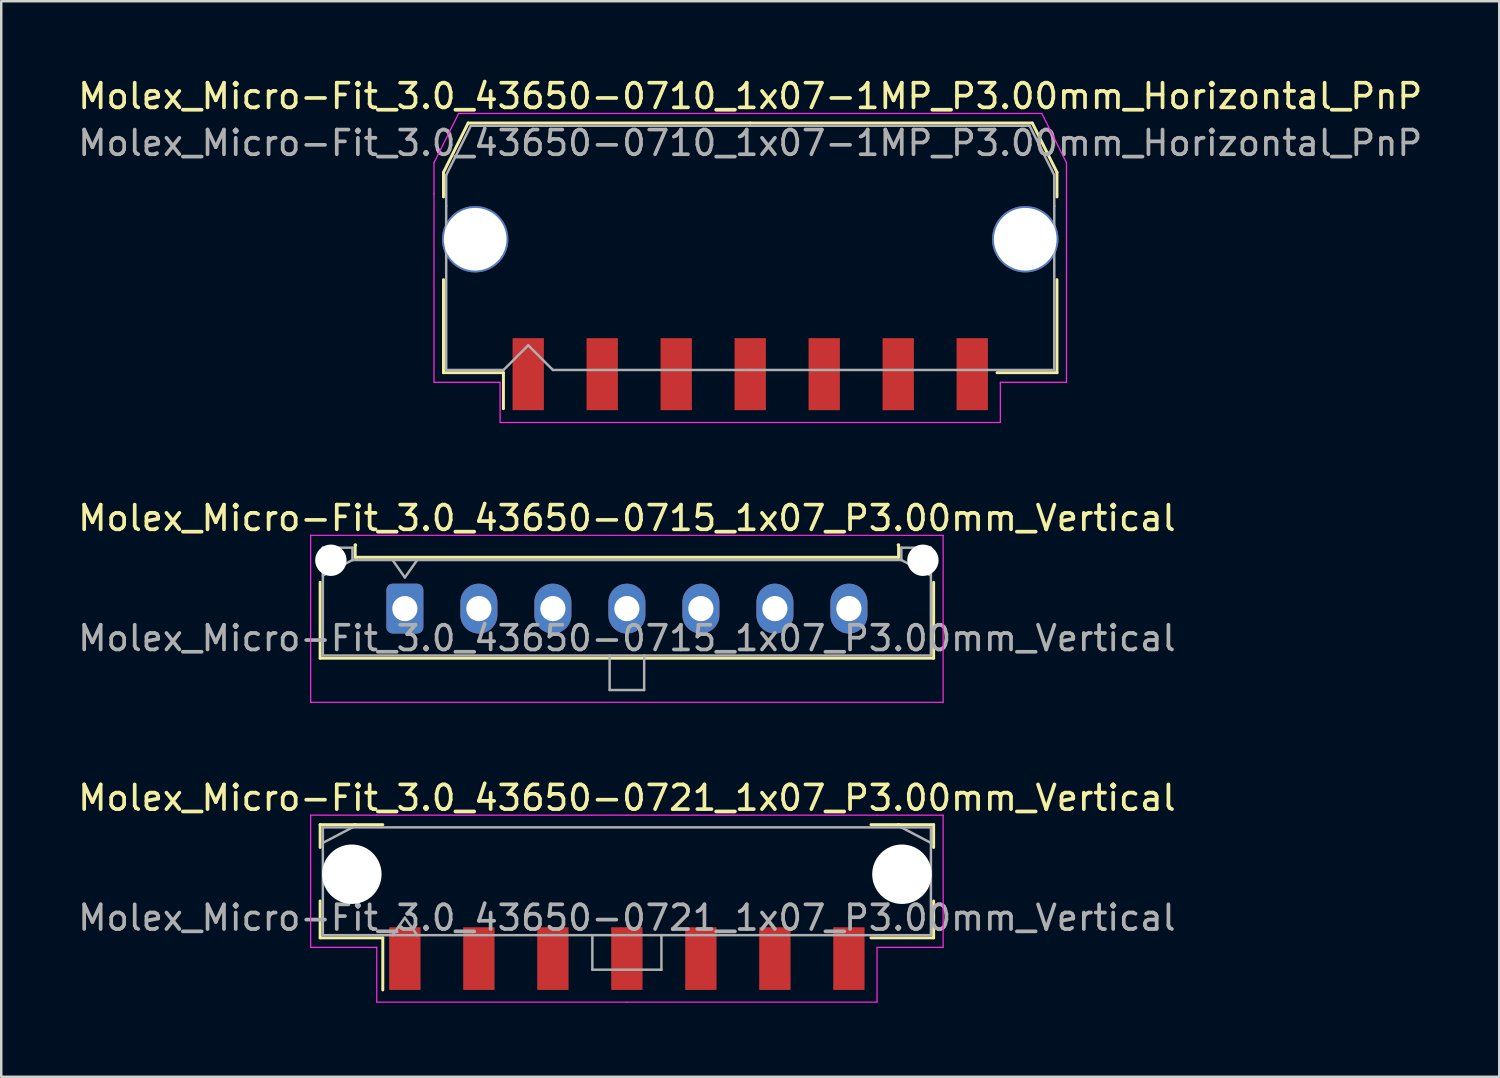
<source format=kicad_pcb>
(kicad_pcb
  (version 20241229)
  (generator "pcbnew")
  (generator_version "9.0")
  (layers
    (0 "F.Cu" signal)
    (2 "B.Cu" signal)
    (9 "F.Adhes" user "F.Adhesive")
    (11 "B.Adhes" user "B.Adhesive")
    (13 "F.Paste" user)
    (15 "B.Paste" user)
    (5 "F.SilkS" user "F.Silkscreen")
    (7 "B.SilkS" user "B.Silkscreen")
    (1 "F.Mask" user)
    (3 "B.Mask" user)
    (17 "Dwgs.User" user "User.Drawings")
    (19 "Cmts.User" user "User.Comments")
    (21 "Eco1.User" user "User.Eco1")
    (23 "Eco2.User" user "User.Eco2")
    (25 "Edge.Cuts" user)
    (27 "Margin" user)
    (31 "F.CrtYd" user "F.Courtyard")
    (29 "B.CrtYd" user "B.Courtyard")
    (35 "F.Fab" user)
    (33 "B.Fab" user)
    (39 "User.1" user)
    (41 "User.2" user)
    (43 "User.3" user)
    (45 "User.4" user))
  (footprint "Molex_Micro-Fit_3.0_43650-0715_1x07_P3.00mm_Vertical"
    (layer "F.Cu")
    (at 13.363 21.622)
    (property "Reference" "Molex_Micro-Fit_3.0_43650-0715_1x07_P3.00mm_Vertical" (at 9 -3.67 0) (layer "F.SilkS") (effects (font (size 1 1) (thickness 0.15))))
    (attr through_hole)
    (fp_line (start -3.435 -1.065) (end -3.435 2.01) (stroke (width 0.12) (type solid)) (layer "F.SilkS"))
    (fp_line (start -3.435 2.01) (end 21.435 2.01) (stroke (width 0.12) (type solid)) (layer "F.SilkS"))
    (fp_line (start -2.015 -2.58) (end -2.015 -2.08) (stroke (width 0.12) (type solid)) (layer "F.SilkS"))
    (fp_line (start -2.015 -2.08) (end 20.015 -2.08) (stroke (width 0.12) (type solid)) (layer "F.SilkS"))
    (fp_line (start -1.995 -2.58) (end -2.015 -2.58) (stroke (width 0.12) (type solid)) (layer "F.SilkS"))
    (fp_line (start 20.015 -2.58) (end 19.995 -2.58) (stroke (width 0.12) (type solid)) (layer "F.SilkS"))
    (fp_line (start 20.015 -2.08) (end 20.015 -2.58) (stroke (width 0.12) (type solid)) (layer "F.SilkS"))
    (fp_line (start 21.435 2.01) (end 21.435 -1.065) (stroke (width 0.12) (type solid)) (layer "F.SilkS"))
    (fp_line (start -3.82 -2.97) (end 21.82 -2.97) (stroke (width 0.05) (type solid)) (layer "F.CrtYd"))
    (fp_line (start -3.82 3.8) (end -3.82 -2.97) (stroke (width 0.05) (type solid)) (layer "F.CrtYd"))
    (fp_line (start 21.82 -2.97) (end 21.82 3.8) (stroke (width 0.05) (type solid)) (layer "F.CrtYd"))
    (fp_line (start 21.82 3.8) (end -3.82 3.8) (stroke (width 0.05) (type solid)) (layer "F.CrtYd"))
    (fp_line (start -3.325 -2.47) (end -3.325 1.9) (stroke (width 0.1) (type solid)) (layer "F.Fab"))
    (fp_line (start -3.325 -1.34) (end -2.125 -1.97) (stroke (width 0.1) (type solid)) (layer "F.Fab"))
    (fp_line (start -3.325 1.9) (end 21.325 1.9) (stroke (width 0.1) (type solid)) (layer "F.Fab"))
    (fp_line (start -2.125 -2.47) (end -3.325 -2.47) (stroke (width 0.1) (type solid)) (layer "F.Fab"))
    (fp_line (start -2.125 -1.97) (end -2.125 -2.47) (stroke (width 0.1) (type solid)) (layer "F.Fab"))
    (fp_line (start -0.5 -1.97) (end 0 -1.263) (stroke (width 0.1) (type solid)) (layer "F.Fab"))
    (fp_line (start 0 -1.263) (end 0.5 -1.97) (stroke (width 0.1) (type solid)) (layer "F.Fab"))
    (fp_line (start 8.3 1.9) (end 8.3 3.3) (stroke (width 0.1) (type solid)) (layer "F.Fab"))
    (fp_line (start 8.3 3.3) (end 9.7 3.3) (stroke (width 0.1) (type solid)) (layer "F.Fab"))
    (fp_line (start 9.7 3.3) (end 9.7 1.9) (stroke (width 0.1) (type solid)) (layer "F.Fab"))
    (fp_line (start 20.125 -2.47) (end 20.125 -1.97) (stroke (width 0.1) (type solid)) (layer "F.Fab"))
    (fp_line (start 20.125 -1.97) (end -2.125 -1.97) (stroke (width 0.1) (type solid)) (layer "F.Fab"))
    (fp_line (start 21.325 -2.47) (end 20.125 -2.47) (stroke (width 0.1) (type solid)) (layer "F.Fab"))
    (fp_line (start 21.325 -1.34) (end 20.125 -1.97) (stroke (width 0.1) (type solid)) (layer "F.Fab"))
    (fp_line (start 21.325 1.9) (end 21.325 -2.47) (stroke (width 0.1) (type solid)) (layer "F.Fab"))
    (fp_text user "${REFERENCE}" (at 9 1.2 0) (layer "F.Fab") (effects (font (size 1 1) (thickness 0.15))))
    (pad "" np_thru_hole circle (at -3 -1.96) (size 1.27 1.27) (drill 1.27) (layers "*.Cu" "*.Mask"))
    (pad "" np_thru_hole circle (at 21 -1.96) (size 1.27 1.27) (drill 1.27) (layers "*.Cu" "*.Mask"))
    (pad "1" thru_hole roundrect (at 0 0) (size 1.5 2.02) (drill 1.02) (layers "*.Cu" "*.Mask") (roundrect_rratio 0.167))
    (pad "2" thru_hole oval (at 3 0) (size 1.5 2.02) (drill 1.02) (layers "*.Cu" "*.Mask"))
    (pad "3" thru_hole oval (at 6 0) (size 1.5 2.02) (drill 1.02) (layers "*.Cu" "*.Mask"))
    (pad "4" thru_hole oval (at 9 0) (size 1.5 2.02) (drill 1.02) (layers "*.Cu" "*.Mask"))
    (pad "5" thru_hole oval (at 12 0) (size 1.5 2.02) (drill 1.02) (layers "*.Cu" "*.Mask"))
    (pad "6" thru_hole oval (at 15 0) (size 1.5 2.02) (drill 1.02) (layers "*.Cu" "*.Mask"))
    (pad "7" thru_hole oval (at 18 0) (size 1.5 2.02) (drill 1.02) (layers "*.Cu" "*.Mask")))
  (footprint "Molex_Micro-Fit_3.0_43650-0721_1x07_P3.00mm_Vertical"
    (layer "F.Cu")
    (at 22.363 32.675)
    (property "Reference" "Molex_Micro-Fit_3.0_43650-0721_1x07_P3.00mm_Vertical" (at 0 -3.38 0) (layer "F.SilkS") (effects (font (size 1 1) (thickness 0.15))))
    (attr smd)
    (fp_line (start -12.435 -2.295) (end -11.015 -2.295) (stroke (width 0.12) (type solid)) (layer "F.SilkS"))
    (fp_line (start -12.435 -1.37) (end -12.435 -2.295) (stroke (width 0.12) (type solid)) (layer "F.SilkS"))
    (fp_line (start -12.435 0.8) (end -12.435 2.295) (stroke (width 0.12) (type solid)) (layer "F.SilkS"))
    (fp_line (start -12.435 2.295) (end -9.895 2.295) (stroke (width 0.12) (type solid)) (layer "F.SilkS"))
    (fp_line (start -11.015 -2.295) (end -11.015 -2.295) (stroke (width 0.12) (type solid)) (layer "F.SilkS"))
    (fp_line (start -11.015 -2.295) (end -9.895 -2.295) (stroke (width 0.12) (type solid)) (layer "F.SilkS"))
    (fp_line (start -9.895 2.295) (end -9.895 4.405) (stroke (width 0.12) (type solid)) (layer "F.SilkS"))
    (fp_line (start 11.015 -2.295) (end 9.895 -2.295) (stroke (width 0.12) (type solid)) (layer "F.SilkS"))
    (fp_line (start 11.015 -2.295) (end 11.015 -2.295) (stroke (width 0.12) (type solid)) (layer "F.SilkS"))
    (fp_line (start 12.435 -2.295) (end 11.015 -2.295) (stroke (width 0.12) (type solid)) (layer "F.SilkS"))
    (fp_line (start 12.435 -1.37) (end 12.435 -2.295) (stroke (width 0.12) (type solid)) (layer "F.SilkS"))
    (fp_line (start 12.435 0.8) (end 12.435 2.295) (stroke (width 0.12) (type solid)) (layer "F.SilkS"))
    (fp_line (start 12.435 2.295) (end 9.895 2.295) (stroke (width 0.12) (type solid)) (layer "F.SilkS"))
    (fp_line (start -12.82 -2.68) (end -12.82 2.68) (stroke (width 0.05) (type solid)) (layer "F.CrtYd"))
    (fp_line (start -12.82 2.68) (end -10.14 2.68) (stroke (width 0.05) (type solid)) (layer "F.CrtYd"))
    (fp_line (start -10.14 -2.68) (end -12.82 -2.68) (stroke (width 0.05) (type solid)) (layer "F.CrtYd"))
    (fp_line (start -10.14 2.68) (end -10.14 4.9) (stroke (width 0.05) (type solid)) (layer "F.CrtYd"))
    (fp_line (start -10.14 4.9) (end 0 4.9) (stroke (width 0.05) (type solid)) (layer "F.CrtYd"))
    (fp_line (start 0 -2.68) (end -10.14 -2.68) (stroke (width 0.05) (type solid)) (layer "F.CrtYd"))
    (fp_line (start 0 -2.68) (end 10.14 -2.68) (stroke (width 0.05) (type solid)) (layer "F.CrtYd"))
    (fp_line (start 10.14 -2.68) (end 12.82 -2.68) (stroke (width 0.05) (type solid)) (layer "F.CrtYd"))
    (fp_line (start 10.14 2.68) (end 10.14 4.9) (stroke (width 0.05) (type solid)) (layer "F.CrtYd"))
    (fp_line (start 10.14 4.9) (end 0 4.9) (stroke (width 0.05) (type solid)) (layer "F.CrtYd"))
    (fp_line (start 12.82 -2.68) (end 12.82 2.68) (stroke (width 0.05) (type solid)) (layer "F.CrtYd"))
    (fp_line (start 12.82 2.68) (end 10.14 2.68) (stroke (width 0.05) (type solid)) (layer "F.CrtYd"))
    (fp_line (start -12.325 -2.185) (end -12.325 2.185) (stroke (width 0.1) (type solid)) (layer "F.Fab"))
    (fp_line (start -12.325 -1.555) (end -11.125 -2.185) (stroke (width 0.1) (type solid)) (layer "F.Fab"))
    (fp_line (start -12.325 2.185) (end 12.325 2.185) (stroke (width 0.1) (type solid)) (layer "F.Fab"))
    (fp_line (start -11.125 -2.185) (end -12.325 -2.185) (stroke (width 0.1) (type solid)) (layer "F.Fab"))
    (fp_line (start -11.125 -2.185) (end -11.125 -2.185) (stroke (width 0.1) (type solid)) (layer "F.Fab"))
    (fp_line (start -9.5 2.185) (end -9 1.478) (stroke (width 0.1) (type solid)) (layer "F.Fab"))
    (fp_line (start -9 1.478) (end -8.5 2.185) (stroke (width 0.1) (type solid)) (layer "F.Fab"))
    (fp_line (start -1.4 2.185) (end -1.4 3.585) (stroke (width 0.1) (type solid)) (layer "F.Fab"))
    (fp_line (start -1.4 3.585) (end 1.4 3.585) (stroke (width 0.1) (type solid)) (layer "F.Fab"))
    (fp_line (start 1.4 3.585) (end 1.4 2.185) (stroke (width 0.1) (type solid)) (layer "F.Fab"))
    (fp_line (start 11.125 -2.185) (end -11.125 -2.185) (stroke (width 0.1) (type solid)) (layer "F.Fab"))
    (fp_line (start 11.125 -2.185) (end 11.125 -2.185) (stroke (width 0.1) (type solid)) (layer "F.Fab"))
    (fp_line (start 12.325 -2.185) (end 11.125 -2.185) (stroke (width 0.1) (type solid)) (layer "F.Fab"))
    (fp_line (start 12.325 -1.555) (end 11.125 -2.185) (stroke (width 0.1) (type solid)) (layer "F.Fab"))
    (fp_line (start 12.325 2.185) (end 12.325 -2.185) (stroke (width 0.1) (type solid)) (layer "F.Fab"))
    (fp_text user "${REFERENCE}" (at 0 1.48 0) (layer "F.Fab") (effects (font (size 1 1) (thickness 0.15))))
    (pad "" np_thru_hole circle (at -11.15 -0.285) (size 2.41 2.41) (drill 2.41) (layers "*.Cu" "*.Mask"))
    (pad "" np_thru_hole circle (at 11.15 -0.285) (size 2.41 2.41) (drill 2.41) (layers "*.Cu" "*.Mask"))
    (pad "1" smd rect (at -9 3.135) (size 1.27 2.54) (layers "F.Cu" "F.Mask" "F.Paste"))
    (pad "2" smd rect (at -6 3.135) (size 1.27 2.54) (layers "F.Cu" "F.Mask" "F.Paste"))
    (pad "3" smd rect (at -3 3.135) (size 1.27 2.54) (layers "F.Cu" "F.Mask" "F.Paste"))
    (pad "4" smd rect (at 0 3.135) (size 1.27 2.54) (layers "F.Cu" "F.Mask" "F.Paste"))
    (pad "5" smd rect (at 3 3.135) (size 1.27 2.54) (layers "F.Cu" "F.Mask" "F.Paste"))
    (pad "6" smd rect (at 6 3.135) (size 1.27 2.54) (layers "F.Cu" "F.Mask" "F.Paste"))
    (pad "7" smd rect (at 9 3.135) (size 1.27 2.54) (layers "F.Cu" "F.Mask" "F.Paste")))
  (footprint "Molex_Micro-Fit_3.0_43650-0710_1x07-1MP_P3.00mm_Horizontal_PnP"
    (layer "F.Cu")
    (at 27.363 6.998)
    (property "Reference" "Molex_Micro-Fit_3.0_43650-0710_1x07-1MP_P3.00mm_Horizontal_PnP" (at 0 -6.15 0) (layer "F.SilkS") (effects (font (size 1 1) (thickness 0.15))))
    (attr smd)
    (fp_line (start -12.435 -3.06) (end -12.435 -2.065) (stroke (width 0.12) (type solid)) (layer "F.SilkS"))
    (fp_line (start -12.435 1.29) (end -12.435 5.06) (stroke (width 0.12) (type solid)) (layer "F.SilkS"))
    (fp_line (start -12.435 5.06) (end -10.005 5.06) (stroke (width 0.12) (type solid)) (layer "F.SilkS"))
    (fp_line (start -11.435 -5.06) (end -12.435 -3.06) (stroke (width 0.12) (type solid)) (layer "F.SilkS"))
    (fp_line (start -10.005 5.06) (end -10.005 6.52) (stroke (width 0.12) (type solid)) (layer "F.SilkS"))
    (fp_line (start 0 -5.06) (end -11.435 -5.06) (stroke (width 0.12) (type solid)) (layer "F.SilkS"))
    (fp_line (start 0 -5.06) (end 11.435 -5.06) (stroke (width 0.12) (type solid)) (layer "F.SilkS"))
    (fp_line (start 11.435 -5.06) (end 12.435 -3.06) (stroke (width 0.12) (type solid)) (layer "F.SilkS"))
    (fp_line (start 12.435 -3.06) (end 12.435 -2.065) (stroke (width 0.12) (type solid)) (layer "F.SilkS"))
    (fp_line (start 12.435 1.29) (end 12.435 5.06) (stroke (width 0.12) (type solid)) (layer "F.SilkS"))
    (fp_line (start 12.435 5.06) (end 10.005 5.06) (stroke (width 0.12) (type solid)) (layer "F.SilkS"))
    (fp_line (start -12.82 -3.45) (end -12.82 -2.19) (stroke (width 0.05) (type solid)) (layer "F.CrtYd"))
    (fp_line (start -12.82 -2.19) (end -12.82 5.45) (stroke (width 0.05) (type solid)) (layer "F.CrtYd"))
    (fp_line (start -12.82 5.45) (end -10.14 5.45) (stroke (width 0.05) (type solid)) (layer "F.CrtYd"))
    (fp_line (start -11.82 -5.45) (end -12.82 -3.45) (stroke (width 0.05) (type solid)) (layer "F.CrtYd"))
    (fp_line (start -10.14 5.45) (end -10.14 7.08) (stroke (width 0.05) (type solid)) (layer "F.CrtYd"))
    (fp_line (start -10.14 7.08) (end 0 7.08) (stroke (width 0.05) (type solid)) (layer "F.CrtYd"))
    (fp_line (start 0 -5.45) (end -11.82 -5.45) (stroke (width 0.05) (type solid)) (layer "F.CrtYd"))
    (fp_line (start 0 -5.45) (end 11.82 -5.45) (stroke (width 0.05) (type solid)) (layer "F.CrtYd"))
    (fp_line (start 10.14 5.45) (end 10.14 7.08) (stroke (width 0.05) (type solid)) (layer "F.CrtYd"))
    (fp_line (start 10.14 7.08) (end 0 7.08) (stroke (width 0.05) (type solid)) (layer "F.CrtYd"))
    (fp_line (start 11.82 -5.45) (end 12.82 -3.45) (stroke (width 0.05) (type solid)) (layer "F.CrtYd"))
    (fp_line (start 12.82 -3.45) (end 12.82 -2.19) (stroke (width 0.05) (type solid)) (layer "F.CrtYd"))
    (fp_line (start 12.82 -2.19) (end 12.82 5.45) (stroke (width 0.05) (type solid)) (layer "F.CrtYd"))
    (fp_line (start 12.82 5.45) (end 10.14 5.45) (stroke (width 0.05) (type solid)) (layer "F.CrtYd"))
    (fp_line (start -12.325 -2.95) (end -12.325 -1.695) (stroke (width 0.1) (type solid)) (layer "F.Fab"))
    (fp_line (start -12.325 -1.695) (end -12.325 4.95) (stroke (width 0.1) (type solid)) (layer "F.Fab"))
    (fp_line (start -12.325 4.95) (end -10 4.95) (stroke (width 0.1) (type solid)) (layer "F.Fab"))
    (fp_line (start -11.325 -4.95) (end -12.325 -2.95) (stroke (width 0.1) (type solid)) (layer "F.Fab"))
    (fp_line (start -10 4.95) (end -9 3.95) (stroke (width 0.1) (type solid)) (layer "F.Fab"))
    (fp_line (start -9 3.95) (end -8 4.95) (stroke (width 0.1) (type solid)) (layer "F.Fab"))
    (fp_line (start -8 4.95) (end 0 4.95) (stroke (width 0.1) (type solid)) (layer "F.Fab"))
    (fp_line (start 0 -4.95) (end -11.325 -4.95) (stroke (width 0.1) (type solid)) (layer "F.Fab"))
    (fp_line (start 0 -4.95) (end 11.325 -4.95) (stroke (width 0.1) (type solid)) (layer "F.Fab"))
    (fp_line (start 9.635 4.95) (end 0 4.95) (stroke (width 0.1) (type solid)) (layer "F.Fab"))
    (fp_line (start 11.325 -4.95) (end 12.325 -2.95) (stroke (width 0.1) (type solid)) (layer "F.Fab"))
    (fp_line (start 12.325 -2.95) (end 12.325 -1.695) (stroke (width 0.1) (type solid)) (layer "F.Fab"))
    (fp_line (start 12.325 -1.695) (end 12.325 4.95) (stroke (width 0.1) (type solid)) (layer "F.Fab"))
    (fp_line (start 12.325 4.95) (end 9.635 4.95) (stroke (width 0.1) (type solid)) (layer "F.Fab"))
    (fp_text user "${REFERENCE}" (at 0 -4.25 0) (layer "F.Fab") (effects (font (size 1 1) (thickness 0.15))))
    (pad "1" smd rect (at -9 5.12) (size 1.27 2.92) (layers "F.Cu" "F.Mask" "F.Paste"))
    (pad "2" smd rect (at -6 5.12) (size 1.27 2.92) (layers "F.Cu" "F.Mask" "F.Paste"))
    (pad "3" smd rect (at -3 5.12) (size 1.27 2.92) (layers "F.Cu" "F.Mask" "F.Paste"))
    (pad "4" smd rect (at 0 5.12) (size 1.27 2.92) (layers "F.Cu" "F.Mask" "F.Paste"))
    (pad "5" smd rect (at 3 5.12) (size 1.27 2.92) (layers "F.Cu" "F.Mask" "F.Paste"))
    (pad "6" smd rect (at 6 5.12) (size 1.27 2.92) (layers "F.Cu" "F.Mask" "F.Paste"))
    (pad "7" smd rect (at 9 5.12) (size 1.27 2.92) (layers "F.Cu" "F.Mask" "F.Paste"))
    (pad "MP" thru_hole circle (at -11.15 -0.35) (size 2.69 2.69) (drill 2.54) (layers "*.Cu" "*.Mask"))
    (pad "MP" thru_hole circle (at 11.15 -0.35) (size 2.69 2.69) (drill 2.54) (layers "*.Cu" "*.Mask")))
  (gr_rect
    (start -3 -3)
    (end 57.726 40.6)
    (stroke (width 0.1) (type default))
    (fill no)
    (layer "Edge.Cuts")))
</source>
